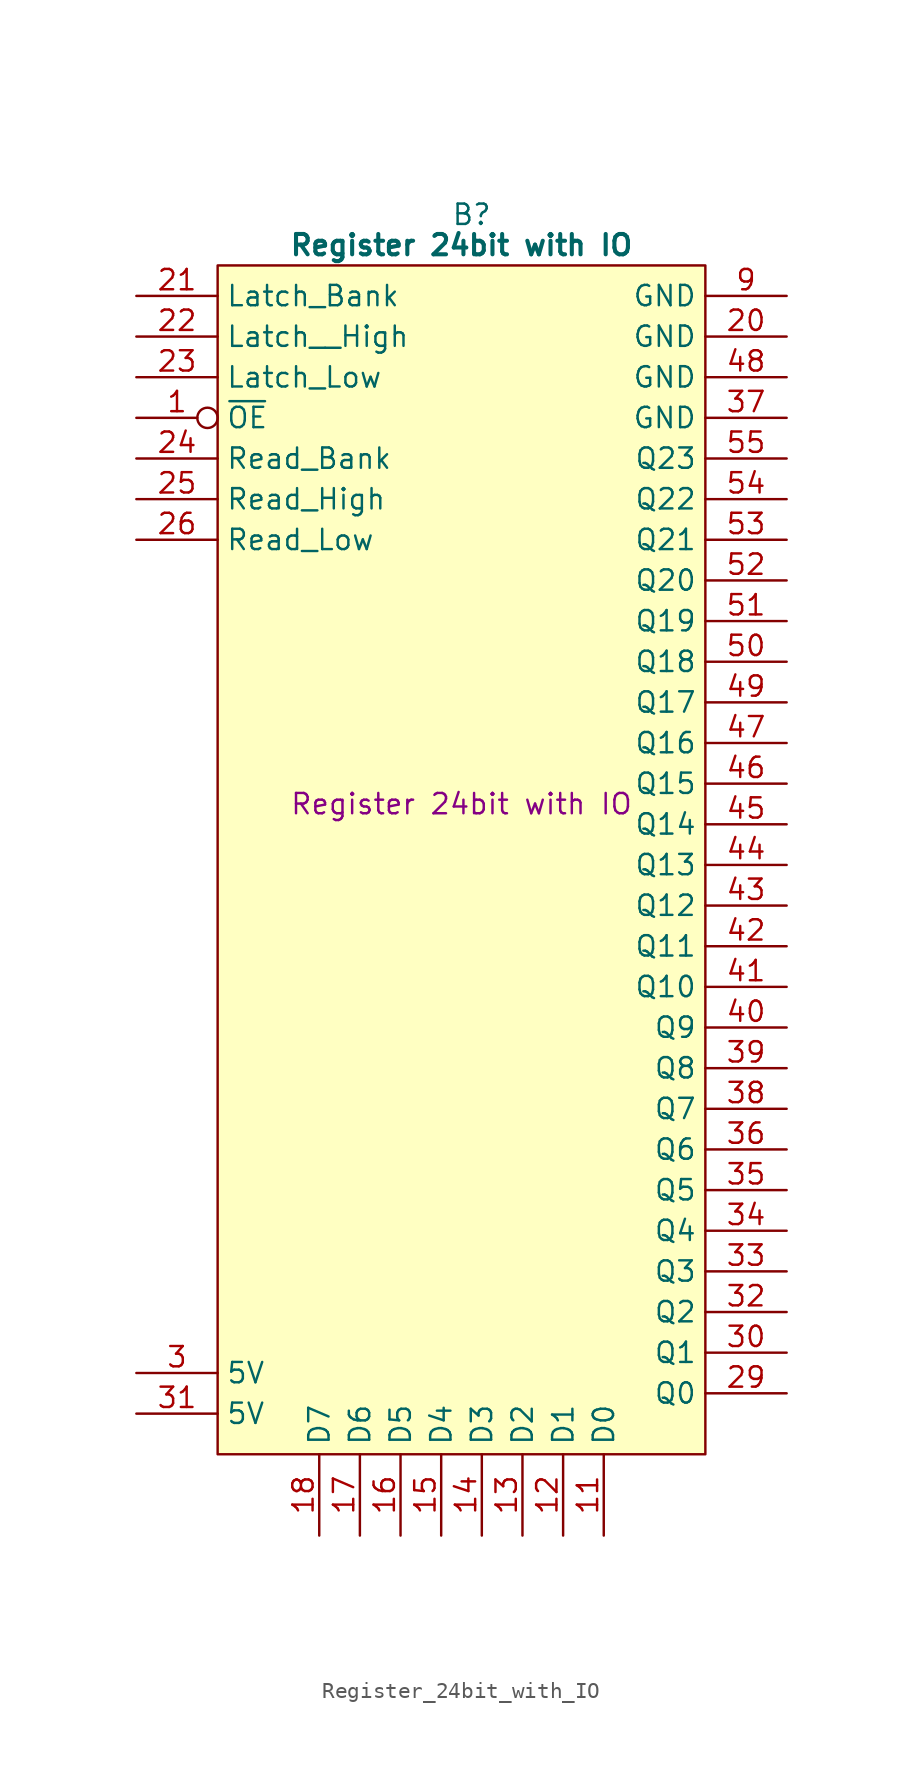
<source format=kicad_sym>
(kicad_symbol_lib
  (version 20241209)
  (generator "kicad_symbol_editor")
  (generator_version "9.0")
  (symbol "Register_24bit_with_IO"
    (property "Reference" "B"
      (at 15.875 5.08 0)
      (effects (font (size 1.27 1.27))))
    (property "Value" "Register 24bit with IO"
      (at 15.24 3.175 0)
      (effects (font (size 1.27 1.27) (bold yes))))
    (property "Description" "Register 24bit with IO"
      (at 15.24 -31.75 0)
      (effects (font (size 1.27 1.27))))
    (symbol "Register_24bit_with_IO_0_1"
      (polyline (pts (xy 0 1.905) (xy 30.48 1.905) (xy 30.48 -72.39) (xy 0 -72.39) (xy 0 1.905)) (stroke (width 0.152) (type default)) (fill (type background))))
    (symbol "Register_24bit_with_IO_1_0"
      (pin no_connect line (at -5.08 -64.77 0) (length 5.08) (hide yes) (name "N.C." (effects (font (size 1.27 1.27)))) (number "56" (effects (font (size 1.27 1.27)))))
      (pin passive line (at 35.56 -7.62 180) (length 5.08) (name "GND" (effects (font (size 1.27 1.27)))) (number "37" (effects (font (size 1.27 1.27)))))
      (pin output line (at 35.56 -10.16 180) (length 5.08) (name "Q23" (effects (font (size 1.27 1.27)))) (number "55" (effects (font (size 1.27 1.27)))))
      (pin output line (at 35.56 -12.7 180) (length 5.08) (name "Q22" (effects (font (size 1.27 1.27)))) (number "54" (effects (font (size 1.27 1.27)))))
      (pin output line (at 35.56 -33.02 180) (length 5.08) (name "Q14" (effects (font (size 1.27 1.27)))) (number "45" (effects (font (size 1.27 1.27)))))
      (pin output line (at 35.56 -48.26 180) (length 5.08) (name "Q8" (effects (font (size 1.27 1.27)))) (number "39" (effects (font (size 1.27 1.27)))))
      (pin output line (at 35.56 -50.8 180) (length 5.08) (name "Q7" (effects (font (size 1.27 1.27)))) (number "38" (effects (font (size 1.27 1.27)))))
      (pin output line (at 35.56 -53.34 180) (length 5.08) (name "Q6" (effects (font (size 1.27 1.27)))) (number "36" (effects (font (size 1.27 1.27)))))
      (pin output line (at 35.56 -58.42 180) (length 5.08) (name "Q4" (effects (font (size 1.27 1.27)))) (number "34" (effects (font (size 1.27 1.27)))))
      (pin output line (at 35.56 -60.96 180) (length 5.08) (name "Q3" (effects (font (size 1.27 1.27)))) (number "33" (effects (font (size 1.27 1.27)))))
      (pin output line (at 35.56 -63.5 180) (length 5.08) (name "Q2" (effects (font (size 1.27 1.27)))) (number "32" (effects (font (size 1.27 1.27))))))
    (symbol "Register_24bit_with_IO_1_1"
      (pin input line (at -5.08 0 0) (length 5.08) (name "Latch_Bank" (effects (font (size 1.27 1.27)))) (number "21" (effects (font (size 1.27 1.27)))))
      (pin input line (at -5.08 -2.54 0) (length 5.08) (name "Latch__High" (effects (font (size 1.27 1.27)))) (number "22" (effects (font (size 1.27 1.27)))))
      (pin input line (at -5.08 -5.08 0) (length 5.08) (name "Latch_Low" (effects (font (size 1.27 1.27)))) (number "23" (effects (font (size 1.27 1.27)))))
      (pin input inverted (at -5.08 -7.62 0) (length 5.08) (name "~{OE}" (effects (font (size 1.27 1.27)))) (number "1" (effects (font (size 1.27 1.27)))))
      (pin input line (at -5.08 -10.16 0) (length 5.08) (name "Read_Bank" (effects (font (size 1.27 1.27)))) (number "24" (effects (font (size 1.27 1.27)))))
      (pin input line (at -5.08 -12.7 0) (length 5.08) (name "Read_High" (effects (font (size 1.27 1.27)))) (number "25" (effects (font (size 1.27 1.27)))))
      (pin input line (at -5.08 -15.24 0) (length 5.08) (name "Read_Low" (effects (font (size 1.27 1.27)))) (number "26" (effects (font (size 1.27 1.27)))))
      (pin no_connect line (at -5.08 -39.37 0) (length 5.08) (hide yes) (name "N.C." (effects (font (size 1.27 1.27)))) (number "2" (effects (font (size 1.27 1.27)))))
      (pin no_connect line (at -5.08 -41.91 0) (length 5.08) (hide yes) (name "N.C." (effects (font (size 1.27 1.27)))) (number "4" (effects (font (size 1.27 1.27)))))
      (pin no_connect line (at -5.08 -44.45 0) (length 5.08) (hide yes) (name "N.C." (effects (font (size 1.27 1.27)))) (number "5" (effects (font (size 1.27 1.27)))))
      (pin no_connect line (at -5.08 -46.99 0) (length 5.08) (hide yes) (name "N.C." (effects (font (size 1.27 1.27)))) (number "6" (effects (font (size 1.27 1.27)))))
      (pin no_connect line (at -5.08 -49.53 0) (length 5.08) (hide yes) (name "N.C." (effects (font (size 1.27 1.27)))) (number "7" (effects (font (size 1.27 1.27)))))
      (pin no_connect line (at -5.08 -52.07 0) (length 5.08) (hide yes) (name "N.C." (effects (font (size 1.27 1.27)))) (number "8" (effects (font (size 1.27 1.27)))))
      (pin no_connect line (at -5.08 -54.61 0) (length 5.08) (hide yes) (name "N.C." (effects (font (size 1.27 1.27)))) (number "10" (effects (font (size 1.27 1.27)))))
      (pin no_connect line (at -5.08 -57.15 0) (length 5.08) (hide yes) (name "N.C." (effects (font (size 1.27 1.27)))) (number "19" (effects (font (size 1.27 1.27)))))
      (pin no_connect line (at -5.08 -59.69 0) (length 5.08) (hide yes) (name "N.C." (effects (font (size 1.27 1.27)))) (number "27" (effects (font (size 1.27 1.27)))))
      (pin no_connect line (at -5.08 -62.23 0) (length 5.08) (hide yes) (name "N.C." (effects (font (size 1.27 1.27)))) (number "28" (effects (font (size 1.27 1.27)))))
      (pin passive line (at -5.08 -67.31 0) (length 5.08) (name "5V" (effects (font (size 1.27 1.27)))) (number "3" (effects (font (size 1.27 1.27)))))
      (pin passive line (at -5.08 -69.85 0) (length 5.08) (name "5V" (effects (font (size 1.27 1.27)))) (number "31" (effects (font (size 1.27 1.27)))))
      (pin tri_state line (at 6.35 -77.47 90) (length 5.08) (name "D7" (effects (font (size 1.27 1.27)))) (number "18" (effects (font (size 1.27 1.27)))))
      (pin tri_state line (at 8.89 -77.47 90) (length 5.08) (name "D6" (effects (font (size 1.27 1.27)))) (number "17" (effects (font (size 1.27 1.27)))))
      (pin tri_state line (at 11.43 -77.47 90) (length 5.08) (name "D5" (effects (font (size 1.27 1.27)))) (number "16" (effects (font (size 1.27 1.27)))))
      (pin tri_state line (at 13.97 -77.47 90) (length 5.08) (name "D4" (effects (font (size 1.27 1.27)))) (number "15" (effects (font (size 1.27 1.27)))))
      (pin tri_state line (at 16.51 -77.47 90) (length 5.08) (name "D3" (effects (font (size 1.27 1.27)))) (number "14" (effects (font (size 1.27 1.27)))))
      (pin tri_state line (at 19.05 -77.47 90) (length 5.08) (name "D2" (effects (font (size 1.27 1.27)))) (number "13" (effects (font (size 1.27 1.27)))))
      (pin tri_state line (at 21.59 -77.47 90) (length 5.08) (name "D1" (effects (font (size 1.27 1.27)))) (number "12" (effects (font (size 1.27 1.27)))))
      (pin tri_state line (at 24.13 -77.47 90) (length 5.08) (name "D0" (effects (font (size 1.27 1.27)))) (number "11" (effects (font (size 1.27 1.27)))))
      (pin passive line (at 35.56 0 180) (length 5.08) (name "GND" (effects (font (size 1.27 1.27)))) (number "9" (effects (font (size 1.27 1.27)))))
      (pin passive line (at 35.56 -2.54 180) (length 5.08) (name "GND" (effects (font (size 1.27 1.27)))) (number "20" (effects (font (size 1.27 1.27)))))
      (pin passive line (at 35.56 -5.08 180) (length 5.08) (name "GND" (effects (font (size 1.27 1.27)))) (number "48" (effects (font (size 1.27 1.27)))))
      (pin output line (at 35.56 -15.24 180) (length 5.08) (name "Q21" (effects (font (size 1.27 1.27)))) (number "53" (effects (font (size 1.27 1.27)))))
      (pin output line (at 35.56 -17.78 180) (length 5.08) (name "Q20" (effects (font (size 1.27 1.27)))) (number "52" (effects (font (size 1.27 1.27)))))
      (pin output line (at 35.56 -20.32 180) (length 5.08) (name "Q19" (effects (font (size 1.27 1.27)))) (number "51" (effects (font (size 1.27 1.27)))))
      (pin output line (at 35.56 -22.86 180) (length 5.08) (name "Q18" (effects (font (size 1.27 1.27)))) (number "50" (effects (font (size 1.27 1.27)))))
      (pin output line (at 35.56 -25.4 180) (length 5.08) (name "Q17" (effects (font (size 1.27 1.27)))) (number "49" (effects (font (size 1.27 1.27)))))
      (pin output line (at 35.56 -27.94 180) (length 5.08) (name "Q16" (effects (font (size 1.27 1.27)))) (number "47" (effects (font (size 1.27 1.27)))))
      (pin output line (at 35.56 -30.48 180) (length 5.08) (name "Q15" (effects (font (size 1.27 1.27)))) (number "46" (effects (font (size 1.27 1.27)))))
      (pin output line (at 35.56 -35.56 180) (length 5.08) (name "Q13" (effects (font (size 1.27 1.27)))) (number "44" (effects (font (size 1.27 1.27)))))
      (pin output line (at 35.56 -38.1 180) (length 5.08) (name "Q12" (effects (font (size 1.27 1.27)))) (number "43" (effects (font (size 1.27 1.27)))))
      (pin output line (at 35.56 -40.64 180) (length 5.08) (name "Q11" (effects (font (size 1.27 1.27)))) (number "42" (effects (font (size 1.27 1.27)))))
      (pin output line (at 35.56 -43.18 180) (length 5.08) (name "Q10" (effects (font (size 1.27 1.27)))) (number "41" (effects (font (size 1.27 1.27)))))
      (pin output line (at 35.56 -45.72 180) (length 5.08) (name "Q9" (effects (font (size 1.27 1.27)))) (number "40" (effects (font (size 1.27 1.27)))))
      (pin output line (at 35.56 -55.88 180) (length 5.08) (name "Q5" (effects (font (size 1.27 1.27)))) (number "35" (effects (font (size 1.27 1.27)))))
      (pin output line (at 35.56 -66.04 180) (length 5.08) (name "Q1" (effects (font (size 1.27 1.27)))) (number "30" (effects (font (size 1.27 1.27)))))
      (pin output line (at 35.56 -68.58 180) (length 5.08) (name "Q0" (effects (font (size 1.27 1.27)))) (number "29" (effects (font (size 1.27 1.27))))))))
</source>
